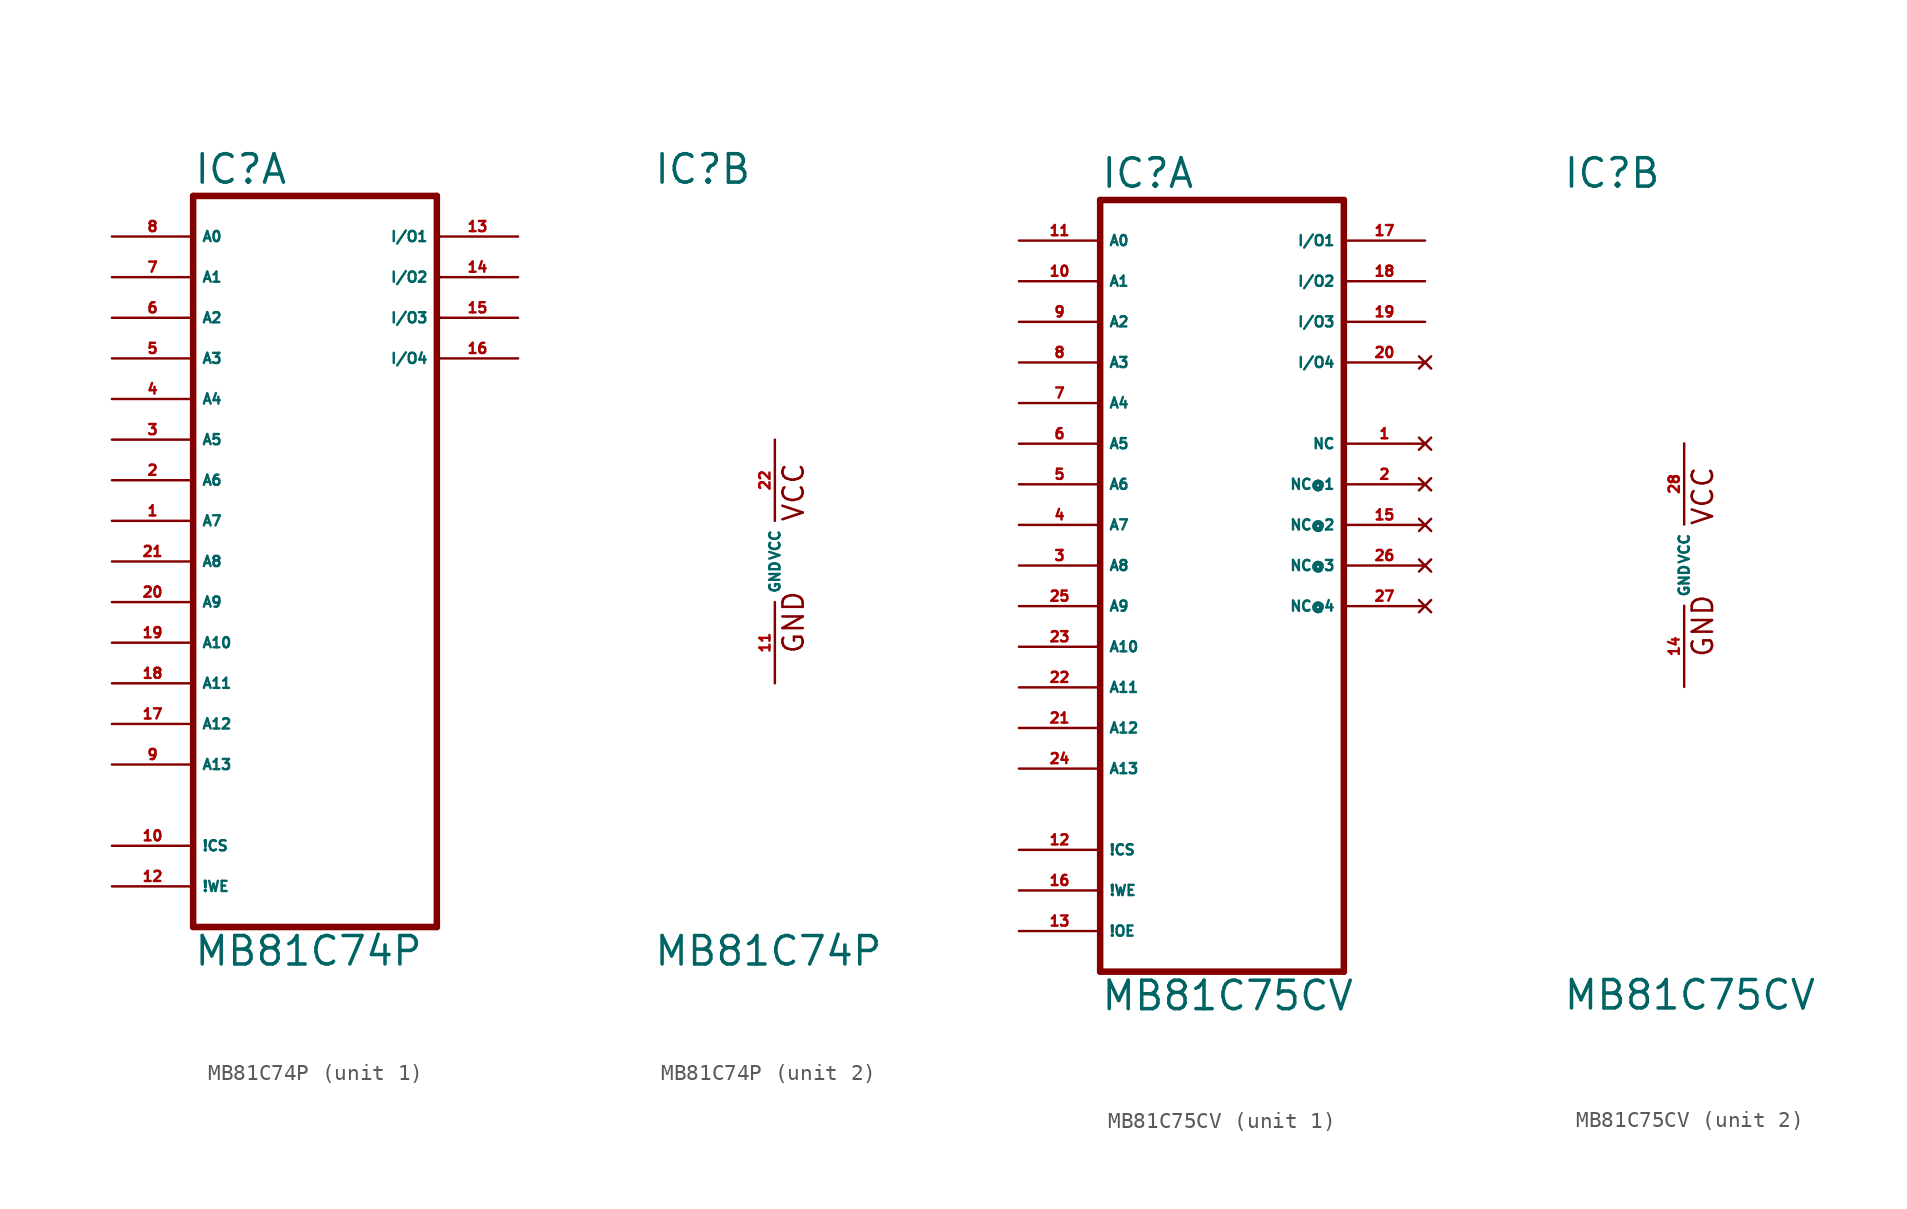
<source format=kicad_sym>
(kicad_symbol_lib
  (version 20220914)
  (generator Eagle2Kicad)
  (symbol "MB81C74P"
    (property "Reference" "IC"
      (at -7.62 23.495 0)
      (effects (font (size 1.778 1.778) (thickness 0.22)) (justify left bottom)))
    (property "Value" "MB81C74P"
      (at -7.62 -25.4 0)
      (effects (font (size 1.778 1.778) (thickness 0.22)) (justify left bottom)))
    (symbol "MB81C74P_1_0"
      (polyline (pts (xy -7.62 -22.86) (xy -7.62 22.86)) (stroke (width 0.406) (type default)) (fill (type none)))
      (polyline (pts (xy -7.62 22.86) (xy 7.62 22.86)) (stroke (width 0.406) (type default)) (fill (type none)))
      (polyline (pts (xy 7.62 22.86) (xy 7.62 -22.86)) (stroke (width 0.406) (type default)) (fill (type none)))
      (polyline (pts (xy 7.62 -22.86) (xy -7.62 -22.86)) (stroke (width 0.406) (type default)) (fill (type none)))
      (pin input line (at -12.7 20.32 0) (length 5.08) (name "A0" (effects (font (size 0.635 0.635) (thickness 0.08)) (justify left bottom))) (number "8" (effects (font (size 0.635 0.635) (thickness 0.08)) (justify left bottom))))
      (pin input line (at -12.7 17.78 0) (length 5.08) (name "A1" (effects (font (size 0.635 0.635) (thickness 0.08)) (justify left bottom))) (number "7" (effects (font (size 0.635 0.635) (thickness 0.08)) (justify left bottom))))
      (pin input line (at -12.7 15.24 0) (length 5.08) (name "A2" (effects (font (size 0.635 0.635) (thickness 0.08)) (justify left bottom))) (number "6" (effects (font (size 0.635 0.635) (thickness 0.08)) (justify left bottom))))
      (pin input line (at -12.7 12.7 0) (length 5.08) (name "A3" (effects (font (size 0.635 0.635) (thickness 0.08)) (justify left bottom))) (number "5" (effects (font (size 0.635 0.635) (thickness 0.08)) (justify left bottom))))
      (pin input line (at -12.7 10.16 0) (length 5.08) (name "A4" (effects (font (size 0.635 0.635) (thickness 0.08)) (justify left bottom))) (number "4" (effects (font (size 0.635 0.635) (thickness 0.08)) (justify left bottom))))
      (pin input line (at -12.7 5.08 0) (length 5.08) (name "A6" (effects (font (size 0.635 0.635) (thickness 0.08)) (justify left bottom))) (number "2" (effects (font (size 0.635 0.635) (thickness 0.08)) (justify left bottom))))
      (pin input line (at -12.7 7.62 0) (length 5.08) (name "A5" (effects (font (size 0.635 0.635) (thickness 0.08)) (justify left bottom))) (number "3" (effects (font (size 0.635 0.635) (thickness 0.08)) (justify left bottom))))
      (pin input line (at -12.7 2.54 0) (length 5.08) (name "A7" (effects (font (size 0.635 0.635) (thickness 0.08)) (justify left bottom))) (number "1" (effects (font (size 0.635 0.635) (thickness 0.08)) (justify left bottom))))
      (pin input line (at -12.7 0 0) (length 5.08) (name "A8" (effects (font (size 0.635 0.635) (thickness 0.08)) (justify left bottom))) (number "21" (effects (font (size 0.635 0.635) (thickness 0.08)) (justify left bottom))))
      (pin input line (at -12.7 -2.54 0) (length 5.08) (name "A9" (effects (font (size 0.635 0.635) (thickness 0.08)) (justify left bottom))) (number "20" (effects (font (size 0.635 0.635) (thickness 0.08)) (justify left bottom))))
      (pin input line (at -12.7 -5.08 0) (length 5.08) (name "A10" (effects (font (size 0.635 0.635) (thickness 0.08)) (justify left bottom))) (number "19" (effects (font (size 0.635 0.635) (thickness 0.08)) (justify left bottom))))
      (pin input line (at -12.7 -7.62 0) (length 5.08) (name "A11" (effects (font (size 0.635 0.635) (thickness 0.08)) (justify left bottom))) (number "18" (effects (font (size 0.635 0.635) (thickness 0.08)) (justify left bottom))))
      (pin bidirectional line (at 12.7 20.32 180) (length 5.08) (name "I/O1" (effects (font (size 0.635 0.635) (thickness 0.08)) (justify left bottom))) (number "13" (effects (font (size 0.635 0.635) (thickness 0.08)) (justify left bottom))))
      (pin bidirectional line (at 12.7 17.78 180) (length 5.08) (name "I/O2" (effects (font (size 0.635 0.635) (thickness 0.08)) (justify left bottom))) (number "14" (effects (font (size 0.635 0.635) (thickness 0.08)) (justify left bottom))))
      (pin bidirectional line (at 12.7 15.24 180) (length 5.08) (name "I/O3" (effects (font (size 0.635 0.635) (thickness 0.08)) (justify left bottom))) (number "15" (effects (font (size 0.635 0.635) (thickness 0.08)) (justify left bottom))))
      (pin bidirectional line (at 12.7 12.7 180) (length 5.08) (name "I/O4" (effects (font (size 0.635 0.635) (thickness 0.08)) (justify left bottom))) (number "16" (effects (font (size 0.635 0.635) (thickness 0.08)) (justify left bottom))))
      (pin input line (at -12.7 -17.78 0) (length 5.08) (name "!CS" (effects (font (size 0.635 0.635) (thickness 0.08)) (justify left bottom))) (number "10" (effects (font (size 0.635 0.635) (thickness 0.08)) (justify left bottom))))
      (pin input line (at -12.7 -20.32 0) (length 5.08) (name "!WE" (effects (font (size 0.635 0.635) (thickness 0.08)) (justify left bottom))) (number "12" (effects (font (size 0.635 0.635) (thickness 0.08)) (justify left bottom))))
      (pin input line (at -12.7 -10.16 0) (length 5.08) (name "A12" (effects (font (size 0.635 0.635) (thickness 0.08)) (justify left bottom))) (number "17" (effects (font (size 0.635 0.635) (thickness 0.08)) (justify left bottom))))
      (pin input line (at -12.7 -12.7 0) (length 5.08) (name "A13" (effects (font (size 0.635 0.635) (thickness 0.08)) (justify left bottom))) (number "9" (effects (font (size 0.635 0.635) (thickness 0.08)) (justify left bottom)))))
    (symbol "MB81C74P_2_0"
      (text "VCC" (at 1.905 2.413 900) (effects (font (size 1.27 1.27) (thickness 0.16)) (justify left bottom)))
      (text "GND" (at 1.905 -5.842 900) (effects (font (size 1.27 1.27) (thickness 0.16)) (justify left bottom)))
      (pin unspecified line (at 0 -7.62 90) (length 5.08) (name "GND" (effects (font (size 0.635 0.635) (thickness 0.08)) (justify left bottom))) (number "11" (effects (font (size 0.635 0.635) (thickness 0.08)) (justify left bottom))))
      (pin unspecified line (at 0 7.62 270) (length 5.08) (name "VCC" (effects (font (size 0.635 0.635) (thickness 0.08)) (justify left bottom))) (number "22" (effects (font (size 0.635 0.635) (thickness 0.08)) (justify left bottom))))))
  (symbol "MB81C75CV"
    (property "Reference" "IC"
      (at -7.62 23.495 0)
      (effects (font (size 1.778 1.778) (thickness 0.22)) (justify left bottom)))
    (property "Value" "MB81C75CV"
      (at -7.62 -27.94 0)
      (effects (font (size 1.778 1.778) (thickness 0.22)) (justify left bottom)))
    (symbol "MB81C75CV_1_0"
      (polyline (pts (xy -7.62 -25.4) (xy -7.62 22.86)) (stroke (width 0.406) (type default)) (fill (type none)))
      (polyline (pts (xy -7.62 22.86) (xy 7.62 22.86)) (stroke (width 0.406) (type default)) (fill (type none)))
      (polyline (pts (xy 7.62 22.86) (xy 7.62 -25.4)) (stroke (width 0.406) (type default)) (fill (type none)))
      (polyline (pts (xy 7.62 -25.4) (xy -7.62 -25.4)) (stroke (width 0.406) (type default)) (fill (type none)))
      (pin input line (at -12.7 20.32 0) (length 5.08) (name "A0" (effects (font (size 0.635 0.635) (thickness 0.08)) (justify left bottom))) (number "11" (effects (font (size 0.635 0.635) (thickness 0.08)) (justify left bottom))))
      (pin input line (at -12.7 17.78 0) (length 5.08) (name "A1" (effects (font (size 0.635 0.635) (thickness 0.08)) (justify left bottom))) (number "10" (effects (font (size 0.635 0.635) (thickness 0.08)) (justify left bottom))))
      (pin input line (at -12.7 15.24 0) (length 5.08) (name "A2" (effects (font (size 0.635 0.635) (thickness 0.08)) (justify left bottom))) (number "9" (effects (font (size 0.635 0.635) (thickness 0.08)) (justify left bottom))))
      (pin input line (at -12.7 12.7 0) (length 5.08) (name "A3" (effects (font (size 0.635 0.635) (thickness 0.08)) (justify left bottom))) (number "8" (effects (font (size 0.635 0.635) (thickness 0.08)) (justify left bottom))))
      (pin input line (at -12.7 10.16 0) (length 5.08) (name "A4" (effects (font (size 0.635 0.635) (thickness 0.08)) (justify left bottom))) (number "7" (effects (font (size 0.635 0.635) (thickness 0.08)) (justify left bottom))))
      (pin input line (at -12.7 5.08 0) (length 5.08) (name "A6" (effects (font (size 0.635 0.635) (thickness 0.08)) (justify left bottom))) (number "5" (effects (font (size 0.635 0.635) (thickness 0.08)) (justify left bottom))))
      (pin input line (at -12.7 7.62 0) (length 5.08) (name "A5" (effects (font (size 0.635 0.635) (thickness 0.08)) (justify left bottom))) (number "6" (effects (font (size 0.635 0.635) (thickness 0.08)) (justify left bottom))))
      (pin input line (at -12.7 2.54 0) (length 5.08) (name "A7" (effects (font (size 0.635 0.635) (thickness 0.08)) (justify left bottom))) (number "4" (effects (font (size 0.635 0.635) (thickness 0.08)) (justify left bottom))))
      (pin input line (at -12.7 0 0) (length 5.08) (name "A8" (effects (font (size 0.635 0.635) (thickness 0.08)) (justify left bottom))) (number "3" (effects (font (size 0.635 0.635) (thickness 0.08)) (justify left bottom))))
      (pin input line (at -12.7 -2.54 0) (length 5.08) (name "A9" (effects (font (size 0.635 0.635) (thickness 0.08)) (justify left bottom))) (number "25" (effects (font (size 0.635 0.635) (thickness 0.08)) (justify left bottom))))
      (pin input line (at -12.7 -5.08 0) (length 5.08) (name "A10" (effects (font (size 0.635 0.635) (thickness 0.08)) (justify left bottom))) (number "23" (effects (font (size 0.635 0.635) (thickness 0.08)) (justify left bottom))))
      (pin input line (at -12.7 -7.62 0) (length 5.08) (name "A11" (effects (font (size 0.635 0.635) (thickness 0.08)) (justify left bottom))) (number "22" (effects (font (size 0.635 0.635) (thickness 0.08)) (justify left bottom))))
      (pin bidirectional line (at 12.7 20.32 180) (length 5.08) (name "I/O1" (effects (font (size 0.635 0.635) (thickness 0.08)) (justify left bottom))) (number "17" (effects (font (size 0.635 0.635) (thickness 0.08)) (justify left bottom))))
      (pin bidirectional line (at 12.7 17.78 180) (length 5.08) (name "I/O2" (effects (font (size 0.635 0.635) (thickness 0.08)) (justify left bottom))) (number "18" (effects (font (size 0.635 0.635) (thickness 0.08)) (justify left bottom))))
      (pin bidirectional line (at 12.7 15.24 180) (length 5.08) (name "I/O3" (effects (font (size 0.635 0.635) (thickness 0.08)) (justify left bottom))) (number "19" (effects (font (size 0.635 0.635) (thickness 0.08)) (justify left bottom))))
      (pin no_connect line (at 12.7 12.7 180) (length 5.08) (name "I/O4" (effects (font (size 0.635 0.635) (thickness 0.08)) (justify left bottom) hide)) (number "20" (effects (font (size 0.635 0.635) (thickness 0.08)) (justify left bottom) hide)))
      (pin input line (at -12.7 -17.78 0) (length 5.08) (name "!CS" (effects (font (size 0.635 0.635) (thickness 0.08)) (justify left bottom))) (number "12" (effects (font (size 0.635 0.635) (thickness 0.08)) (justify left bottom))))
      (pin input line (at -12.7 -20.32 0) (length 5.08) (name "!WE" (effects (font (size 0.635 0.635) (thickness 0.08)) (justify left bottom))) (number "16" (effects (font (size 0.635 0.635) (thickness 0.08)) (justify left bottom))))
      (pin input line (at -12.7 -10.16 0) (length 5.08) (name "A12" (effects (font (size 0.635 0.635) (thickness 0.08)) (justify left bottom))) (number "21" (effects (font (size 0.635 0.635) (thickness 0.08)) (justify left bottom))))
      (pin input line (at -12.7 -12.7 0) (length 5.08) (name "A13" (effects (font (size 0.635 0.635) (thickness 0.08)) (justify left bottom))) (number "24" (effects (font (size 0.635 0.635) (thickness 0.08)) (justify left bottom))))
      (pin input line (at -12.7 -22.86 0) (length 5.08) (name "!OE" (effects (font (size 0.635 0.635) (thickness 0.08)) (justify left bottom))) (number "13" (effects (font (size 0.635 0.635) (thickness 0.08)) (justify left bottom))))
      (pin no_connect line (at 12.7 7.62 180) (length 5.08) (name "NC" (effects (font (size 0.635 0.635) (thickness 0.08)) (justify left bottom) hide)) (number "1" (effects (font (size 0.635 0.635) (thickness 0.08)) (justify left bottom) hide)))
      (pin no_connect line (at 12.7 5.08 180) (length 5.08) (name "NC@1" (effects (font (size 0.635 0.635) (thickness 0.08)) (justify left bottom) hide)) (number "2" (effects (font (size 0.635 0.635) (thickness 0.08)) (justify left bottom) hide)))
      (pin no_connect line (at 12.7 2.54 180) (length 5.08) (name "NC@2" (effects (font (size 0.635 0.635) (thickness 0.08)) (justify left bottom) hide)) (number "15" (effects (font (size 0.635 0.635) (thickness 0.08)) (justify left bottom) hide)))
      (pin no_connect line (at 12.7 0 180) (length 5.08) (name "NC@3" (effects (font (size 0.635 0.635) (thickness 0.08)) (justify left bottom) hide)) (number "26" (effects (font (size 0.635 0.635) (thickness 0.08)) (justify left bottom) hide)))
      (pin no_connect line (at 12.7 -2.54 180) (length 5.08) (name "NC@4" (effects (font (size 0.635 0.635) (thickness 0.08)) (justify left bottom) hide)) (number "27" (effects (font (size 0.635 0.635) (thickness 0.08)) (justify left bottom) hide))))
    (symbol "MB81C75CV_2_0"
      (text "VCC" (at 1.905 2.413 900) (effects (font (size 1.27 1.27) (thickness 0.16)) (justify left bottom)))
      (text "GND" (at 1.905 -5.842 900) (effects (font (size 1.27 1.27) (thickness 0.16)) (justify left bottom)))
      (pin unspecified line (at 0 -7.62 90) (length 5.08) (name "GND" (effects (font (size 0.635 0.635) (thickness 0.08)) (justify left bottom))) (number "14" (effects (font (size 0.635 0.635) (thickness 0.08)) (justify left bottom))))
      (pin unspecified line (at 0 7.62 270) (length 5.08) (name "VCC" (effects (font (size 0.635 0.635) (thickness 0.08)) (justify left bottom))) (number "28" (effects (font (size 0.635 0.635) (thickness 0.08)) (justify left bottom)))))))
</source>
